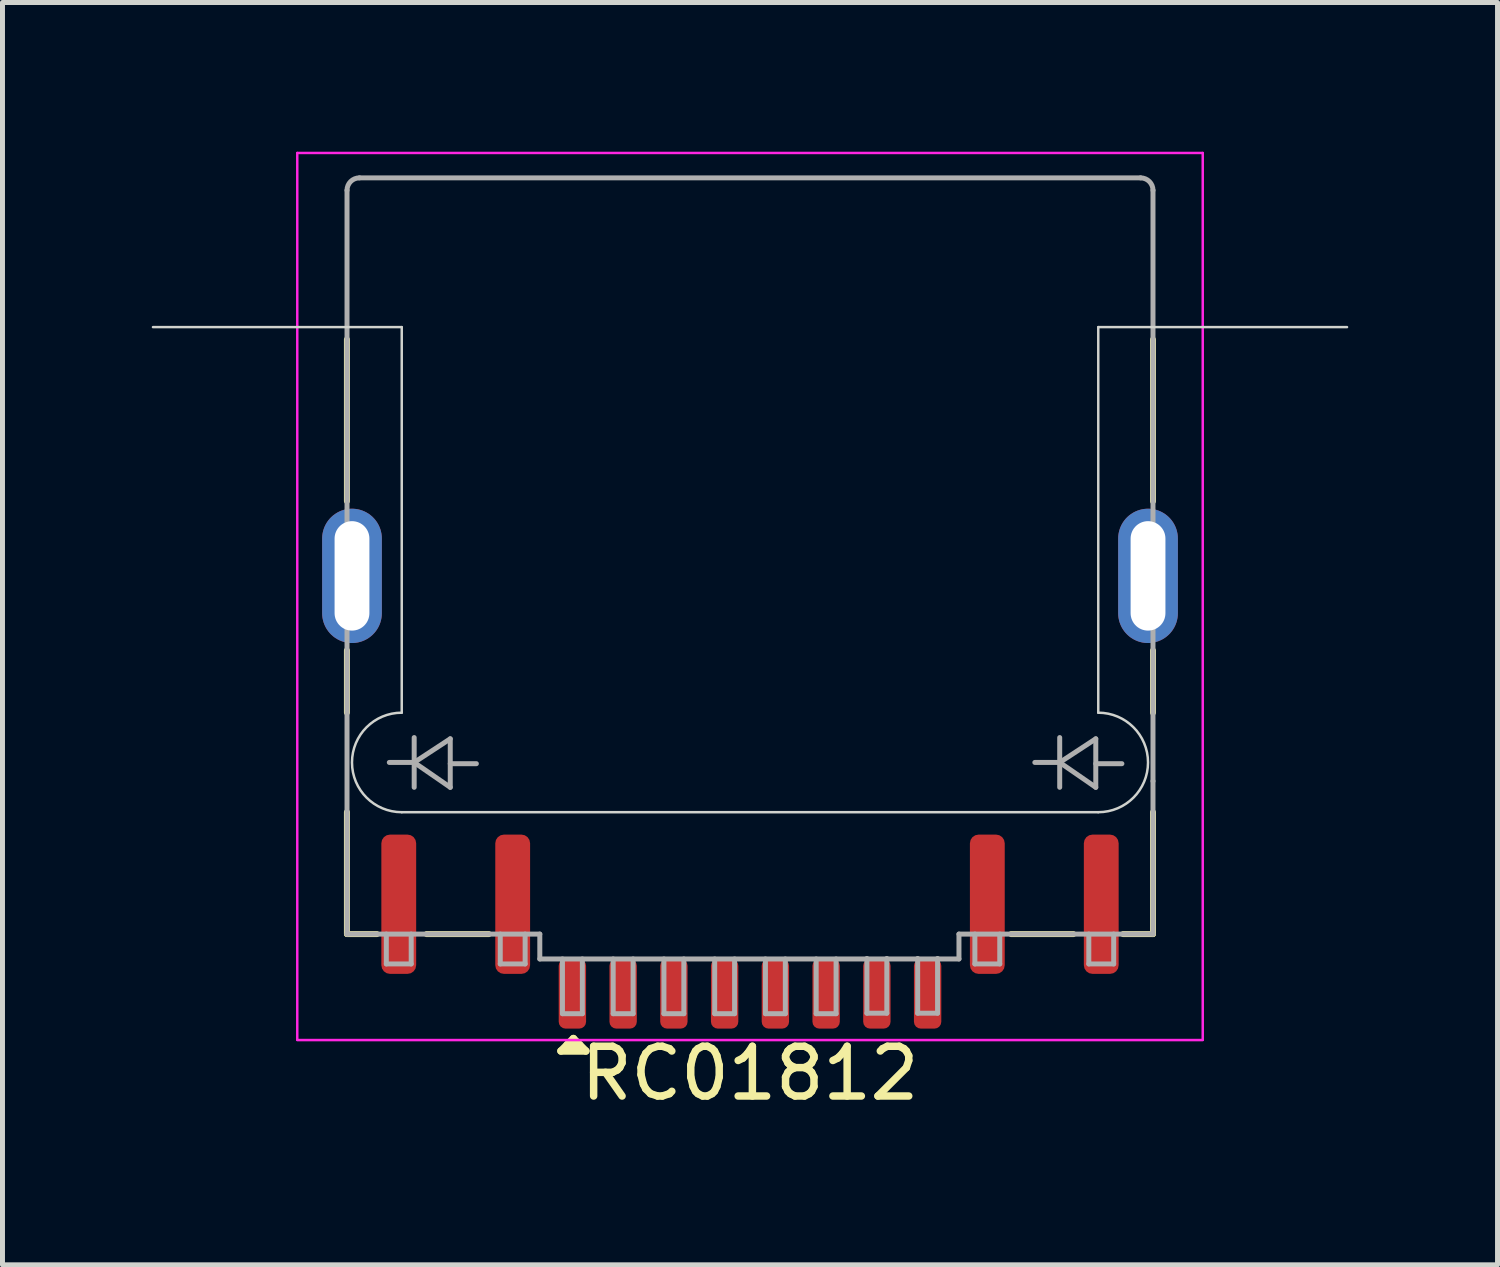
<source format=kicad_pcb>
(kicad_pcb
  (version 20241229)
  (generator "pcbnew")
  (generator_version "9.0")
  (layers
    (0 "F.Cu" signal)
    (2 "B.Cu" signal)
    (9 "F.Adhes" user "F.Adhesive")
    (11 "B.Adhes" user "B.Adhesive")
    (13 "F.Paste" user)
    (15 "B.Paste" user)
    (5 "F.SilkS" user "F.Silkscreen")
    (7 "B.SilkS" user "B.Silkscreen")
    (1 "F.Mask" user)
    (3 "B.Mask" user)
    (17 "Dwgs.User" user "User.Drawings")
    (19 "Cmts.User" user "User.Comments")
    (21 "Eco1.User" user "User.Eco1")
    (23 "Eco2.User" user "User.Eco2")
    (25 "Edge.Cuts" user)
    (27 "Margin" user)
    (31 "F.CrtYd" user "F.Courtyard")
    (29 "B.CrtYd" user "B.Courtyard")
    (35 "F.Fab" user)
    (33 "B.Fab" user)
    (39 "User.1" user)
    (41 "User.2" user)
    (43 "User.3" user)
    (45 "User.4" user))
  (footprint "RC01812"
    (layer "F.Cu")
    (at 12.025 8.525)
    (property "Reference" "RC01812" (at 0 10 0) (layer "F.SilkS") (effects (font (size 1 1) (thickness 0.15))))
    (attr smd)
    (fp_line (start -8.102 -4.752) (end -8.102 -1.502) (stroke (width 0.12) (type default)) (layer "F.SilkS"))
    (fp_line (start -8.102 1.498) (end -8.102 2.748) (stroke (width 0.12) (type default)) (layer "F.SilkS"))
    (fp_line (start -8.102 4.748) (end -8.102 7.198) (stroke (width 0.12) (type default)) (layer "F.SilkS"))
    (fp_line (start -7.5 7.2) (end -8.1 7.2) (stroke (width 0.12) (type default)) (layer "F.SilkS"))
    (fp_line (start -5.25 7.2) (end -6.5 7.2) (stroke (width 0.12) (type default)) (layer "F.SilkS"))
    (fp_line (start -3.8 9.55) (end -3.3 9.55) (stroke (width 0.15) (type default)) (layer "F.SilkS"))
    (fp_line (start -3.55 9.3) (end -3.8 9.55) (stroke (width 0.15) (type default)) (layer "F.SilkS"))
    (fp_line (start -3.425 9.425) (end -3.675 9.425) (stroke (width 0.15) (type default)) (layer "F.SilkS"))
    (fp_line (start -3.3 9.55) (end -3.55 9.3) (stroke (width 0.15) (type default)) (layer "F.SilkS"))
    (fp_line (start 6.5 7.2) (end 5.25 7.2) (stroke (width 0.12) (type default)) (layer "F.SilkS"))
    (fp_line (start 8.1 -4.75) (end 8.1 -1.5) (stroke (width 0.12) (type default)) (layer "F.SilkS"))
    (fp_line (start 8.1 1.5) (end 8.1 2.75) (stroke (width 0.12) (type default)) (layer "F.SilkS"))
    (fp_line (start 8.1 4.75) (end 8.1 7.2) (stroke (width 0.12) (type default)) (layer "F.SilkS"))
    (fp_line (start 8.1 7.2) (end 7.5 7.2) (stroke (width 0.12) (type default)) (layer "F.SilkS"))
    (fp_line (start -7 -5) (end -12 -5) (stroke (width 0.05) (type solid)) (layer "Edge.Cuts"))
    (fp_line (start -7 -5) (end -7 2.75) (stroke (width 0.05) (type solid)) (layer "Edge.Cuts"))
    (fp_line (start -7 4.75) (end 7 4.75) (stroke (width 0.05) (type solid)) (layer "Edge.Cuts"))
    (fp_line (start 7 -5) (end 12 -5) (stroke (width 0.05) (type solid)) (layer "Edge.Cuts"))
    (fp_line (start 7 2.75) (end 7 -5) (stroke (width 0.05) (type solid)) (layer "Edge.Cuts"))
    (fp_arc (start -7 4.75) (mid -8 3.75) (end -7 2.75) (stroke (width 0.05) (type solid)) (layer "Edge.Cuts"))
    (fp_arc (start 7 2.75) (mid 8 3.75) (end 7 4.75) (stroke (width 0.05) (type solid)) (layer "Edge.Cuts"))
    (fp_line (start -9.1 -8.5) (end 9.1 -8.5) (stroke (width 0.05) (type solid)) (layer "F.CrtYd"))
    (fp_line (start -9.1 9.325) (end -9.1 -8.5) (stroke (width 0.05) (type solid)) (layer "F.CrtYd"))
    (fp_line (start 9.1 -8.5) (end 9.1 9.325) (stroke (width 0.05) (type solid)) (layer "F.CrtYd"))
    (fp_line (start 9.1 9.33) (end -9.1 9.33) (stroke (width 0.05) (type solid)) (layer "F.CrtYd"))
    (fp_line (start -8.1 7.2) (end -8.1 -7.75) (stroke (width 0.1) (type default)) (layer "F.Fab"))
    (fp_line (start -8.1 7.2) (end -4.225 7.2) (stroke (width 0.1) (type default)) (layer "F.Fab"))
    (fp_line (start -7.85 -8) (end 7.85 -8) (stroke (width 0.1) (type default)) (layer "F.Fab"))
    (fp_line (start -7.31 7.2) (end -7.31 7.8) (stroke (width 0.1) (type default)) (layer "F.Fab"))
    (fp_line (start -7.31 7.8) (end -6.81 7.8) (stroke (width 0.1) (type default)) (layer "F.Fab"))
    (fp_line (start -6.81 7.8) (end -6.81 7.2) (stroke (width 0.1) (type default)) (layer "F.Fab"))
    (fp_line (start -6.75 3.25) (end -6.75 4.25) (stroke (width 0.1) (type default)) (layer "F.Fab"))
    (fp_line (start -6.75 3.75) (end -7.25 3.75) (stroke (width 0.1) (type default)) (layer "F.Fab"))
    (fp_line (start -6.75 3.75) (end -6.025 3.275) (stroke (width 0.1) (type default)) (layer "F.Fab"))
    (fp_line (start -6.75 3.75) (end -6.025 4.25) (stroke (width 0.1) (type default)) (layer "F.Fab"))
    (fp_line (start -6.025 3.275) (end -6.025 4.25) (stroke (width 0.1) (type default)) (layer "F.Fab"))
    (fp_line (start -5.5 3.775) (end -6.025 3.775) (stroke (width 0.1) (type default)) (layer "F.Fab"))
    (fp_line (start -5.02 7.2) (end -5.02 7.8) (stroke (width 0.1) (type default)) (layer "F.Fab"))
    (fp_line (start -5.02 7.8) (end -4.52 7.8) (stroke (width 0.1) (type default)) (layer "F.Fab"))
    (fp_line (start -4.52 7.8) (end -4.52 7.2) (stroke (width 0.1) (type default)) (layer "F.Fab"))
    (fp_line (start -4.225 7.2) (end -4.225 7.7) (stroke (width 0.1) (type default)) (layer "F.Fab"))
    (fp_line (start -4.225 7.7) (end 4.2 7.7) (stroke (width 0.1) (type default)) (layer "F.Fab"))
    (fp_line (start -3.77 7.7) (end -3.77 8.8) (stroke (width 0.1) (type default)) (layer "F.Fab"))
    (fp_line (start -3.77 8.8) (end -3.37 8.8) (stroke (width 0.1) (type default)) (layer "F.Fab"))
    (fp_line (start -3.37 8.8) (end -3.37 7.7) (stroke (width 0.1) (type default)) (layer "F.Fab"))
    (fp_line (start -2.75 7.7) (end -2.75 8.8) (stroke (width 0.1) (type default)) (layer "F.Fab"))
    (fp_line (start -2.75 8.8) (end -2.35 8.8) (stroke (width 0.1) (type default)) (layer "F.Fab"))
    (fp_line (start -2.35 8.8) (end -2.35 7.7) (stroke (width 0.1) (type default)) (layer "F.Fab"))
    (fp_line (start -1.73 7.7) (end -1.73 8.8) (stroke (width 0.1) (type default)) (layer "F.Fab"))
    (fp_line (start -1.73 8.8) (end -1.33 8.8) (stroke (width 0.1) (type default)) (layer "F.Fab"))
    (fp_line (start -1.33 8.8) (end -1.33 7.7) (stroke (width 0.1) (type default)) (layer "F.Fab"))
    (fp_line (start -0.71 7.7) (end -0.71 8.8) (stroke (width 0.1) (type default)) (layer "F.Fab"))
    (fp_line (start -0.71 8.8) (end -0.31 8.8) (stroke (width 0.1) (type default)) (layer "F.Fab"))
    (fp_line (start -0.31 8.8) (end -0.31 7.7) (stroke (width 0.1) (type default)) (layer "F.Fab"))
    (fp_line (start 0.31 7.7) (end 0.31 8.8) (stroke (width 0.1) (type default)) (layer "F.Fab"))
    (fp_line (start 0.31 8.8) (end 0.71 8.8) (stroke (width 0.1) (type default)) (layer "F.Fab"))
    (fp_line (start 0.71 8.8) (end 0.71 7.7) (stroke (width 0.1) (type default)) (layer "F.Fab"))
    (fp_line (start 1.33 7.7) (end 1.33 8.8) (stroke (width 0.1) (type default)) (layer "F.Fab"))
    (fp_line (start 1.33 8.8) (end 1.73 8.8) (stroke (width 0.1) (type default)) (layer "F.Fab"))
    (fp_line (start 1.73 8.8) (end 1.73 7.7) (stroke (width 0.1) (type default)) (layer "F.Fab"))
    (fp_line (start 2.35 7.69) (end 2.35 8.79) (stroke (width 0.1) (type default)) (layer "F.Fab"))
    (fp_line (start 2.35 8.79) (end 2.75 8.79) (stroke (width 0.1) (type default)) (layer "F.Fab"))
    (fp_line (start 2.75 8.79) (end 2.75 7.69) (stroke (width 0.1) (type default)) (layer "F.Fab"))
    (fp_line (start 3.37 7.69) (end 3.37 8.79) (stroke (width 0.1) (type default)) (layer "F.Fab"))
    (fp_line (start 3.37 8.79) (end 3.77 8.79) (stroke (width 0.1) (type default)) (layer "F.Fab"))
    (fp_line (start 3.77 8.79) (end 3.77 7.69) (stroke (width 0.1) (type default)) (layer "F.Fab"))
    (fp_line (start 4.2 7.2) (end 8.1 7.2) (stroke (width 0.1) (type default)) (layer "F.Fab"))
    (fp_line (start 4.2 7.7) (end 4.2 7.2) (stroke (width 0.1) (type default)) (layer "F.Fab"))
    (fp_line (start 4.52 7.2) (end 4.52 7.8) (stroke (width 0.1) (type default)) (layer "F.Fab"))
    (fp_line (start 4.52 7.8) (end 5.02 7.8) (stroke (width 0.1) (type default)) (layer "F.Fab"))
    (fp_line (start 5.02 7.8) (end 5.02 7.2) (stroke (width 0.1) (type default)) (layer "F.Fab"))
    (fp_line (start 6.225 3.25) (end 6.225 4.25) (stroke (width 0.1) (type default)) (layer "F.Fab"))
    (fp_line (start 6.225 3.75) (end 5.725 3.75) (stroke (width 0.1) (type default)) (layer "F.Fab"))
    (fp_line (start 6.225 3.75) (end 6.95 3.275) (stroke (width 0.1) (type default)) (layer "F.Fab"))
    (fp_line (start 6.225 3.75) (end 6.95 4.25) (stroke (width 0.1) (type default)) (layer "F.Fab"))
    (fp_line (start 6.81 7.2) (end 6.81 7.8) (stroke (width 0.1) (type default)) (layer "F.Fab"))
    (fp_line (start 6.81 7.8) (end 7.31 7.8) (stroke (width 0.1) (type default)) (layer "F.Fab"))
    (fp_line (start 6.95 3.275) (end 6.95 4.25) (stroke (width 0.1) (type default)) (layer "F.Fab"))
    (fp_line (start 7.31 7.8) (end 7.31 7.2) (stroke (width 0.1) (type default)) (layer "F.Fab"))
    (fp_line (start 7.475 3.775) (end 6.95 3.775) (stroke (width 0.1) (type default)) (layer "F.Fab"))
    (fp_line (start 8.1 -7.75) (end 8.1 4.125) (stroke (width 0.1) (type default)) (layer "F.Fab"))
    (fp_line (start 8.1 4.125) (end 8.1 7.2) (stroke (width 0.1) (type default)) (layer "F.Fab"))
    (fp_arc (start -8.1 -7.75) (mid -8.026777 -7.926777) (end -7.85 -8) (stroke (width 0.1) (type default)) (layer "F.Fab"))
    (fp_arc (start 7.85 -8) (mid 8.026777 -7.926777) (end 8.1 -7.75) (stroke (width 0.1) (type default)) (layer "F.Fab"))
    (pad "1" smd roundrect (at -3.57 8.4) (size 0.55 1.4) (layers "F.Cu" "F.Mask" "F.Paste") (roundrect_rratio 0.25))
    (pad "2" smd roundrect (at -2.55 8.4) (size 0.55 1.4) (layers "F.Cu" "F.Mask" "F.Paste") (roundrect_rratio 0.25))
    (pad "3" smd roundrect (at -1.53 8.4) (size 0.55 1.4) (layers "F.Cu" "F.Mask" "F.Paste") (roundrect_rratio 0.25))
    (pad "4" smd roundrect (at -0.51 8.4) (size 0.55 1.4) (layers "F.Cu" "F.Mask" "F.Paste") (roundrect_rratio 0.25))
    (pad "5" smd roundrect (at 0.51 8.4) (size 0.55 1.4) (layers "F.Cu" "F.Mask" "F.Paste") (roundrect_rratio 0.25))
    (pad "6" smd roundrect (at 1.53 8.4) (size 0.55 1.4) (layers "F.Cu" "F.Mask" "F.Paste") (roundrect_rratio 0.25))
    (pad "7" smd roundrect (at 2.55 8.4) (size 0.55 1.4) (layers "F.Cu" "F.Mask" "F.Paste") (roundrect_rratio 0.25))
    (pad "8" smd roundrect (at 3.57 8.4) (size 0.55 1.4) (layers "F.Cu" "F.Mask" "F.Paste") (roundrect_rratio 0.25))
    (pad "9" smd roundrect (at -7.06 6.6) (size 0.7 2.8) (layers "F.Cu" "F.Mask" "F.Paste") (roundrect_rratio 0.25))
    (pad "10" smd roundrect (at -4.77 6.6) (size 0.7 2.8) (layers "F.Cu" "F.Mask" "F.Paste") (roundrect_rratio 0.25))
    (pad "11" smd roundrect (at 4.77 6.6) (size 0.7 2.8) (layers "F.Cu" "F.Mask" "F.Paste") (roundrect_rratio 0.25))
    (pad "12" smd roundrect (at 7.06 6.6) (size 0.7 2.8) (layers "F.Cu" "F.Mask" "F.Paste") (roundrect_rratio 0.25))
    (pad "S1" thru_hole oval (at -8 0) (size 1.2 2.7) (drill oval 0.7 2.2) (layers "*.Cu" "*.Mask"))
    (pad "S2" thru_hole oval (at 8 0) (size 1.2 2.7) (drill oval 0.7 2.2) (layers "*.Cu" "*.Mask")))
  (gr_rect
    (start -3 -3)
    (end 27.05 22.373)
    (stroke (width 0.1) (type default))
    (fill no)
    (layer "Edge.Cuts")))
</source>
